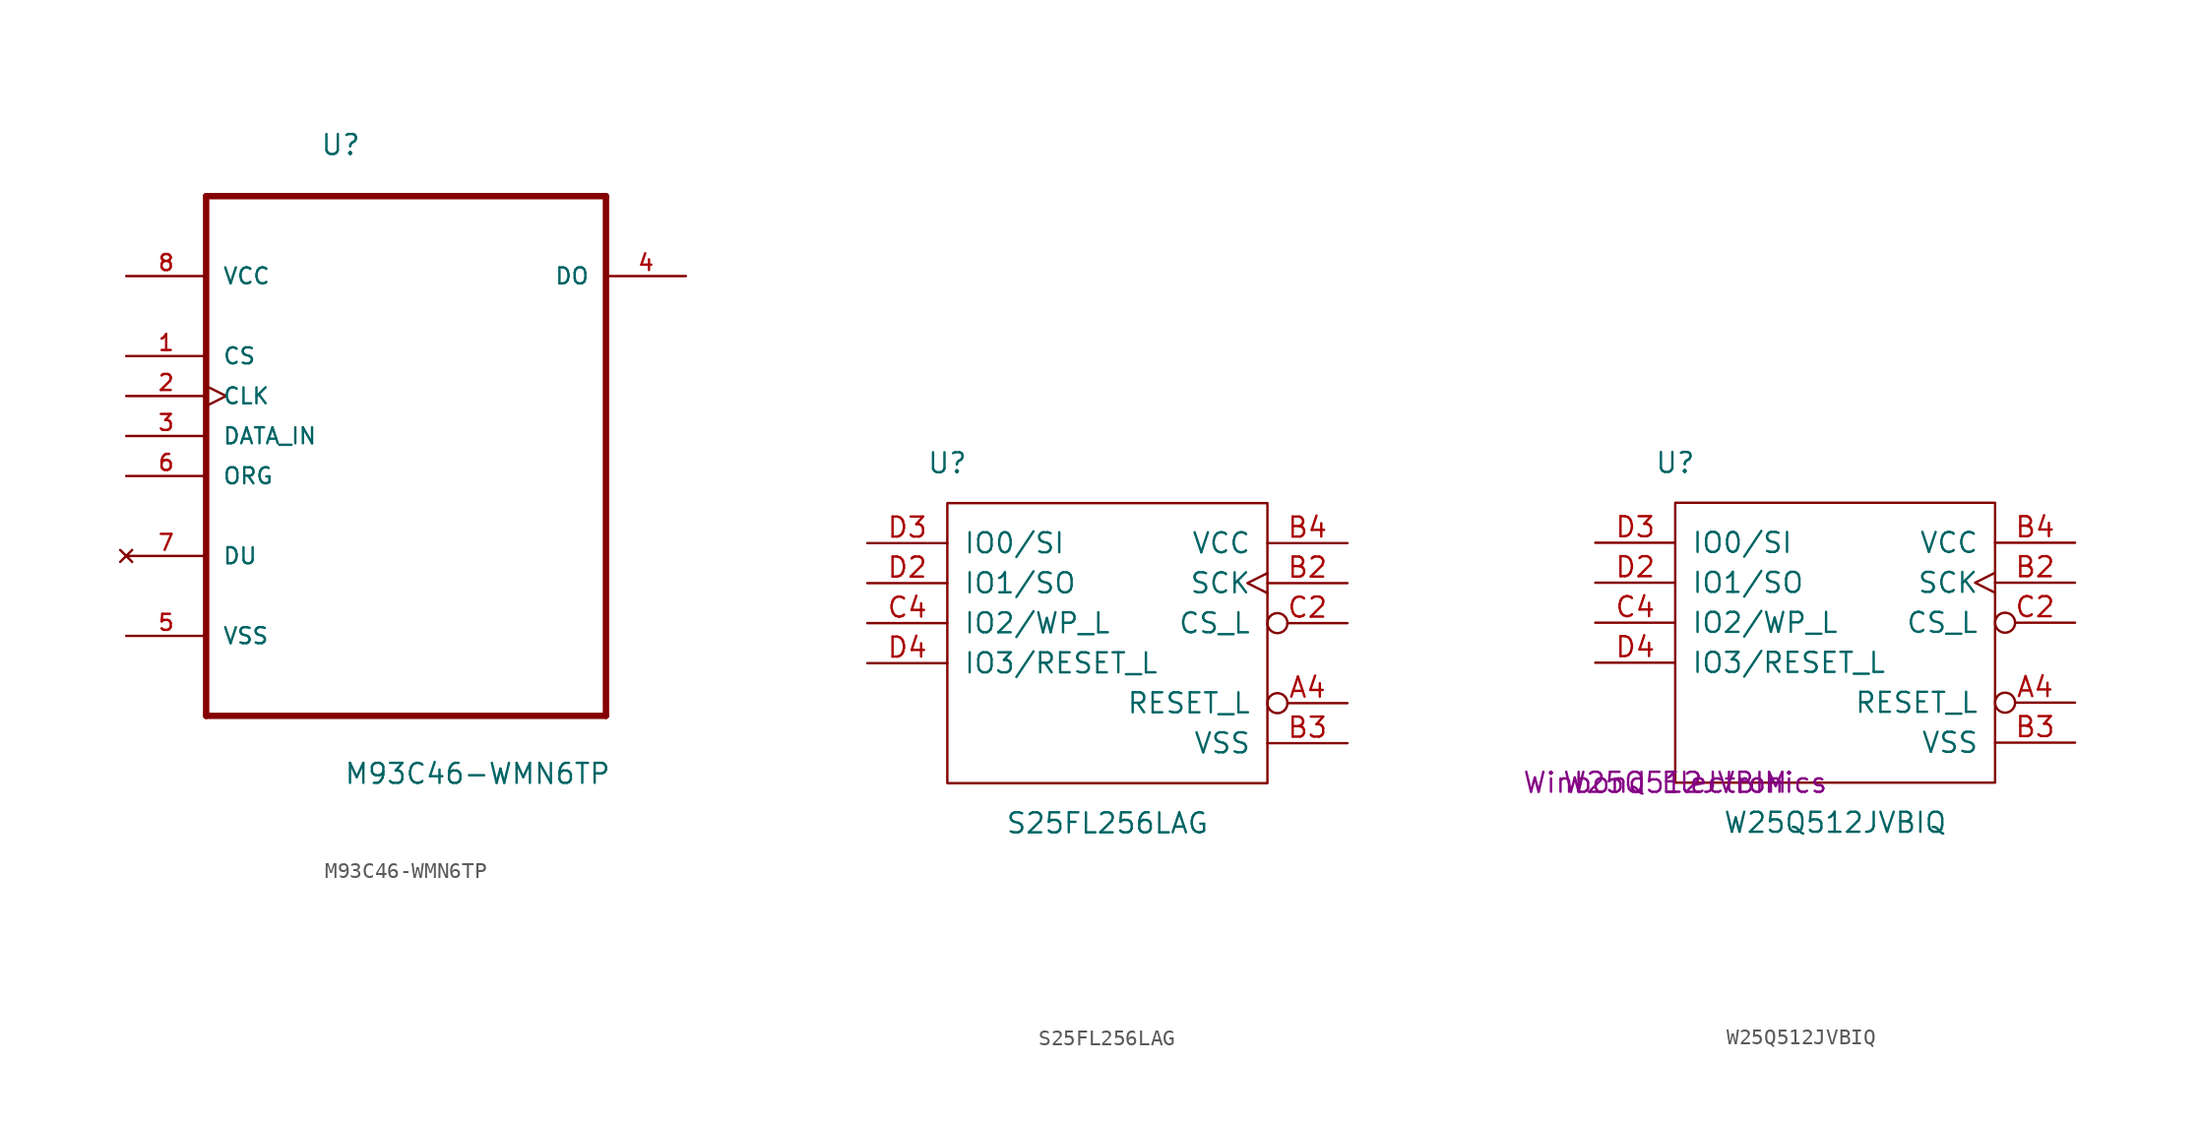
<source format=kicad_sym>
(kicad_symbol_lib
  (version 20211014)
  (generator kicad_symbol_editor)
  (symbol "M93C46-WMN6TP"
    (pin_names
      (offset 1.016))
    (property "Reference" "U"
      (at -5.461 15.215 0)
      (effects (font (size 1.27 1.27)) (justify left bottom)))
    (property "Value" "M93C46-WMN6TP"
      (at -3.962 -24.74 0)
      (effects (font (size 1.27 1.27)) (justify left bottom)))
    (symbol "M93C46-WMN6TP_0_0"
      (polyline (pts (xy -12.7 -20.32) (xy 12.7 -20.32)) (stroke (width 0.406) (type default) (color 0 0 0 0)) (fill (type none)))
      (polyline (pts (xy -12.7 12.7) (xy -12.7 -20.32)) (stroke (width 0.406) (type default) (color 0 0 0 0)) (fill (type none)))
      (polyline (pts (xy 12.7 -20.32) (xy 12.7 12.7)) (stroke (width 0.406) (type default) (color 0 0 0 0)) (fill (type none)))
      (polyline (pts (xy 12.7 12.7) (xy -12.7 12.7)) (stroke (width 0.406) (type default) (color 0 0 0 0)) (fill (type none)))
      (pin input line (at -17.78 2.54 0) (length 5.08) (name "CS" (effects (font (size 1.016 1.016)))) (number "1" (effects (font (size 1.016 1.016)))))
      (pin input clock (at -17.78 0 0) (length 5.08) (name "CLK" (effects (font (size 1.016 1.016)))) (number "2" (effects (font (size 1.016 1.016)))))
      (pin input line (at -17.78 -2.54 0) (length 5.08) (name "DATA_IN" (effects (font (size 1.016 1.016)))) (number "3" (effects (font (size 1.016 1.016)))))
      (pin output line (at 17.78 7.62 180) (length 5.08) (name "DO" (effects (font (size 1.016 1.016)))) (number "4" (effects (font (size 1.016 1.016)))))
      (pin passive line (at -17.78 -15.24 0) (length 5.08) (name "VSS" (effects (font (size 1.016 1.016)))) (number "5" (effects (font (size 1.016 1.016)))))
      (pin input line (at -17.78 -5.08 0) (length 5.08) (name "ORG" (effects (font (size 1.016 1.016)))) (number "6" (effects (font (size 1.016 1.016)))))
      (pin no_connect line (at -17.78 -10.16 0) (length 5.08) (name "DU" (effects (font (size 1.016 1.016)))) (number "7" (effects (font (size 1.016 1.016)))))
      (pin power_in line (at -17.78 7.62 0) (length 5.08) (name "VCC" (effects (font (size 1.016 1.016)))) (number "8" (effects (font (size 1.016 1.016)))))))
  (symbol "S25FL256LAG"
    (pin_names
      (offset 1.016))
    (property "Reference" "U"
      (at 0 20.32 0)
      (effects (font (size 1.27 1.27))))
    (property "Value" "S25FL256LAG"
      (at 10.16 -2.54 0)
      (effects (font (size 1.27 1.27))))
    (symbol "S25FL256LAG_0_0"
      (pin no_connect line (at 22.86 -10.16 180) (length 5.08) hide (name "NC" (effects (font (size 1.27 1.27)))) (number "A1" (effects (font (size 1.27 1.27)))))
      (pin no_connect line (at 22.86 -7.62 180) (length 5.08) hide (name "NC" (effects (font (size 1.27 1.27)))) (number "A2" (effects (font (size 1.27 1.27)))))
      (pin no_connect line (at 22.86 -5.08 180) (length 5.08) hide (name "NC" (effects (font (size 1.27 1.27)))) (number "A3" (effects (font (size 1.27 1.27)))))
      (pin input inverted (at 25.4 5.08 180) (length 5.08) (name "RESET_L" (effects (font (size 1.27 1.27)))) (number "A4" (effects (font (size 1.27 1.27)))))
      (pin no_connect line (at 22.86 -2.54 180) (length 5.08) hide (name "NC" (effects (font (size 1.27 1.27)))) (number "A5" (effects (font (size 1.27 1.27)))))
      (pin no_connect line (at 22.86 0 180) (length 5.08) hide (name "NC" (effects (font (size 1.27 1.27)))) (number "B1" (effects (font (size 1.27 1.27)))))
      (pin input clock (at 25.4 12.7 180) (length 5.08) (name "SCK" (effects (font (size 1.27 1.27)))) (number "B2" (effects (font (size 1.27 1.27)))))
      (pin power_in line (at 25.4 2.54 180) (length 5.08) (name "VSS" (effects (font (size 1.27 1.27)))) (number "B3" (effects (font (size 1.27 1.27)))))
      (pin power_in line (at 25.4 15.24 180) (length 5.08) (name "VCC" (effects (font (size 1.27 1.27)))) (number "B4" (effects (font (size 1.27 1.27)))))
      (pin no_connect line (at 22.86 2.54 180) (length 5.08) hide (name "NC" (effects (font (size 1.27 1.27)))) (number "B5" (effects (font (size 1.27 1.27)))))
      (pin no_connect line (at 22.86 5.08 180) (length 5.08) hide (name "NC" (effects (font (size 1.27 1.27)))) (number "C1" (effects (font (size 1.27 1.27)))))
      (pin input inverted (at 25.4 10.16 180) (length 5.08) (name "CS_L" (effects (font (size 1.27 1.27)))) (number "C2" (effects (font (size 1.27 1.27)))))
      (pin no_connect line (at 22.86 7.62 180) (length 5.08) hide (name "NC" (effects (font (size 1.27 1.27)))) (number "C3" (effects (font (size 1.27 1.27)))))
      (pin input line (at -5.08 10.16 0) (length 5.08) (name "IO2/WP_L" (effects (font (size 1.27 1.27)))) (number "C4" (effects (font (size 1.27 1.27)))))
      (pin no_connect line (at 22.86 10.16 180) (length 5.08) hide (name "NC" (effects (font (size 1.27 1.27)))) (number "C5" (effects (font (size 1.27 1.27)))))
      (pin no_connect line (at 22.86 12.7 180) (length 5.08) hide (name "NC" (effects (font (size 1.27 1.27)))) (number "D1" (effects (font (size 1.27 1.27)))))
      (pin input line (at -5.08 12.7 0) (length 5.08) (name "IO1/SO" (effects (font (size 1.27 1.27)))) (number "D2" (effects (font (size 1.27 1.27)))))
      (pin input line (at -5.08 15.24 0) (length 5.08) (name "IO0/SI" (effects (font (size 1.27 1.27)))) (number "D3" (effects (font (size 1.27 1.27)))))
      (pin input line (at -5.08 7.62 0) (length 5.08) (name "IO3/RESET_L" (effects (font (size 1.27 1.27)))) (number "D4" (effects (font (size 1.27 1.27)))))
      (pin no_connect line (at 22.86 15.24 180) (length 5.08) hide (name "NC" (effects (font (size 1.27 1.27)))) (number "D5" (effects (font (size 1.27 1.27)))))
      (pin no_connect line (at 22.86 17.78 180) (length 5.08) hide (name "NC" (effects (font (size 1.27 1.27)))) (number "E1" (effects (font (size 1.27 1.27)))))
      (pin no_connect line (at 22.86 20.32 180) (length 5.08) hide (name "NC" (effects (font (size 1.27 1.27)))) (number "E2" (effects (font (size 1.27 1.27)))))
      (pin no_connect line (at 22.86 22.86 180) (length 5.08) hide (name "NC" (effects (font (size 1.27 1.27)))) (number "E3" (effects (font (size 1.27 1.27)))))
      (pin no_connect line (at 22.86 25.4 180) (length 5.08) hide (name "NC" (effects (font (size 1.27 1.27)))) (number "E4" (effects (font (size 1.27 1.27)))))
      (pin no_connect line (at 22.86 27.94 180) (length 5.08) hide (name "NC" (effects (font (size 1.27 1.27)))) (number "E5" (effects (font (size 1.27 1.27)))))
      (pin no_connect line (at 22.86 30.48 180) (length 5.08) hide (name "NC" (effects (font (size 1.27 1.27)))) (number "F1" (effects (font (size 1.27 1.27)))))
      (pin no_connect line (at 22.86 33.02 180) (length 5.08) hide (name "NC" (effects (font (size 1.27 1.27)))) (number "F2" (effects (font (size 1.27 1.27)))))
      (pin no_connect line (at 22.86 35.56 180) (length 5.08) hide (name "NC" (effects (font (size 1.27 1.27)))) (number "F3" (effects (font (size 1.27 1.27)))))
      (pin no_connect line (at 22.86 38.1 180) (length 5.08) hide (name "NC" (effects (font (size 1.27 1.27)))) (number "F4" (effects (font (size 1.27 1.27)))))
      (pin no_connect line (at 22.86 40.64 180) (length 5.08) hide (name "NC" (effects (font (size 1.27 1.27)))) (number "F5" (effects (font (size 1.27 1.27))))))
    (symbol "S25FL256LAG_0_1"
      (rectangle (start 0 17.78) (end 20.32 0) (stroke (width 0) (type default) (color 0 0 0 0)) (fill (type none)))))
  (symbol "W25Q512JVBIQ"
    (pin_names
      (offset 1.016))
    (property "Reference" "U"
      (at 0 20.32 0)
      (effects (font (size 1.27 1.27))))
    (property "Value" "W25Q512JVBIQ"
      (at 10.16 -2.54 0)
      (effects (font (size 1.27 1.27))))
    (property "MF2" "Winbond Electronics"
      (at 0 0 0)
      (effects (font (size 1.27 1.27))))
    (property "PN2" "W25Q512JVBIM"
      (at 0 0 0)
      (effects (font (size 1.27 1.27))))
    (symbol "W25Q512JVBIQ_0_0"
      (pin no_connect line (at 22.86 -10.16 180) (length 5.08) hide (name "NC" (effects (font (size 1.27 1.27)))) (number "A1" (effects (font (size 1.27 1.27)))))
      (pin no_connect line (at 22.86 -7.62 180) (length 5.08) hide (name "NC" (effects (font (size 1.27 1.27)))) (number "A2" (effects (font (size 1.27 1.27)))))
      (pin no_connect line (at 22.86 -5.08 180) (length 5.08) hide (name "NC" (effects (font (size 1.27 1.27)))) (number "A3" (effects (font (size 1.27 1.27)))))
      (pin input inverted (at 25.4 5.08 180) (length 5.08) (name "RESET_L" (effects (font (size 1.27 1.27)))) (number "A4" (effects (font (size 1.27 1.27)))))
      (pin no_connect line (at 22.86 -2.54 180) (length 5.08) hide (name "NC" (effects (font (size 1.27 1.27)))) (number "A5" (effects (font (size 1.27 1.27)))))
      (pin no_connect line (at 22.86 0 180) (length 5.08) hide (name "NC" (effects (font (size 1.27 1.27)))) (number "B1" (effects (font (size 1.27 1.27)))))
      (pin input clock (at 25.4 12.7 180) (length 5.08) (name "SCK" (effects (font (size 1.27 1.27)))) (number "B2" (effects (font (size 1.27 1.27)))))
      (pin power_in line (at 25.4 2.54 180) (length 5.08) (name "VSS" (effects (font (size 1.27 1.27)))) (number "B3" (effects (font (size 1.27 1.27)))))
      (pin power_in line (at 25.4 15.24 180) (length 5.08) (name "VCC" (effects (font (size 1.27 1.27)))) (number "B4" (effects (font (size 1.27 1.27)))))
      (pin no_connect line (at 22.86 2.54 180) (length 5.08) hide (name "NC" (effects (font (size 1.27 1.27)))) (number "B5" (effects (font (size 1.27 1.27)))))
      (pin no_connect line (at 22.86 5.08 180) (length 5.08) hide (name "NC" (effects (font (size 1.27 1.27)))) (number "C1" (effects (font (size 1.27 1.27)))))
      (pin input inverted (at 25.4 10.16 180) (length 5.08) (name "CS_L" (effects (font (size 1.27 1.27)))) (number "C2" (effects (font (size 1.27 1.27)))))
      (pin no_connect line (at 22.86 7.62 180) (length 5.08) hide (name "NC" (effects (font (size 1.27 1.27)))) (number "C3" (effects (font (size 1.27 1.27)))))
      (pin input line (at -5.08 10.16 0) (length 5.08) (name "IO2/WP_L" (effects (font (size 1.27 1.27)))) (number "C4" (effects (font (size 1.27 1.27)))))
      (pin no_connect line (at 22.86 10.16 180) (length 5.08) hide (name "NC" (effects (font (size 1.27 1.27)))) (number "C5" (effects (font (size 1.27 1.27)))))
      (pin no_connect line (at 22.86 12.7 180) (length 5.08) hide (name "NC" (effects (font (size 1.27 1.27)))) (number "D1" (effects (font (size 1.27 1.27)))))
      (pin input line (at -5.08 12.7 0) (length 5.08) (name "IO1/SO" (effects (font (size 1.27 1.27)))) (number "D2" (effects (font (size 1.27 1.27)))))
      (pin input line (at -5.08 15.24 0) (length 5.08) (name "IO0/SI" (effects (font (size 1.27 1.27)))) (number "D3" (effects (font (size 1.27 1.27)))))
      (pin input line (at -5.08 7.62 0) (length 5.08) (name "IO3/RESET_L" (effects (font (size 1.27 1.27)))) (number "D4" (effects (font (size 1.27 1.27)))))
      (pin no_connect line (at 22.86 15.24 180) (length 5.08) hide (name "NC" (effects (font (size 1.27 1.27)))) (number "D5" (effects (font (size 1.27 1.27)))))
      (pin no_connect line (at 22.86 17.78 180) (length 5.08) hide (name "NC" (effects (font (size 1.27 1.27)))) (number "E1" (effects (font (size 1.27 1.27)))))
      (pin no_connect line (at 22.86 20.32 180) (length 5.08) hide (name "NC" (effects (font (size 1.27 1.27)))) (number "E2" (effects (font (size 1.27 1.27)))))
      (pin no_connect line (at 22.86 22.86 180) (length 5.08) hide (name "NC" (effects (font (size 1.27 1.27)))) (number "E3" (effects (font (size 1.27 1.27)))))
      (pin no_connect line (at 22.86 25.4 180) (length 5.08) hide (name "NC" (effects (font (size 1.27 1.27)))) (number "E4" (effects (font (size 1.27 1.27)))))
      (pin no_connect line (at 22.86 27.94 180) (length 5.08) hide (name "NC" (effects (font (size 1.27 1.27)))) (number "E5" (effects (font (size 1.27 1.27)))))
      (pin no_connect line (at 22.86 30.48 180) (length 5.08) hide (name "NC" (effects (font (size 1.27 1.27)))) (number "F1" (effects (font (size 1.27 1.27)))))
      (pin no_connect line (at 22.86 33.02 180) (length 5.08) hide (name "NC" (effects (font (size 1.27 1.27)))) (number "F2" (effects (font (size 1.27 1.27)))))
      (pin no_connect line (at 22.86 35.56 180) (length 5.08) hide (name "NC" (effects (font (size 1.27 1.27)))) (number "F3" (effects (font (size 1.27 1.27)))))
      (pin no_connect line (at 22.86 38.1 180) (length 5.08) hide (name "NC" (effects (font (size 1.27 1.27)))) (number "F4" (effects (font (size 1.27 1.27)))))
      (pin no_connect line (at 22.86 40.64 180) (length 5.08) hide (name "NC" (effects (font (size 1.27 1.27)))) (number "F5" (effects (font (size 1.27 1.27))))))
    (symbol "W25Q512JVBIQ_0_1"
      (rectangle (start 0 17.78) (end 20.32 0) (stroke (width 0) (type default) (color 0 0 0 0)) (fill (type none))))))
</source>
